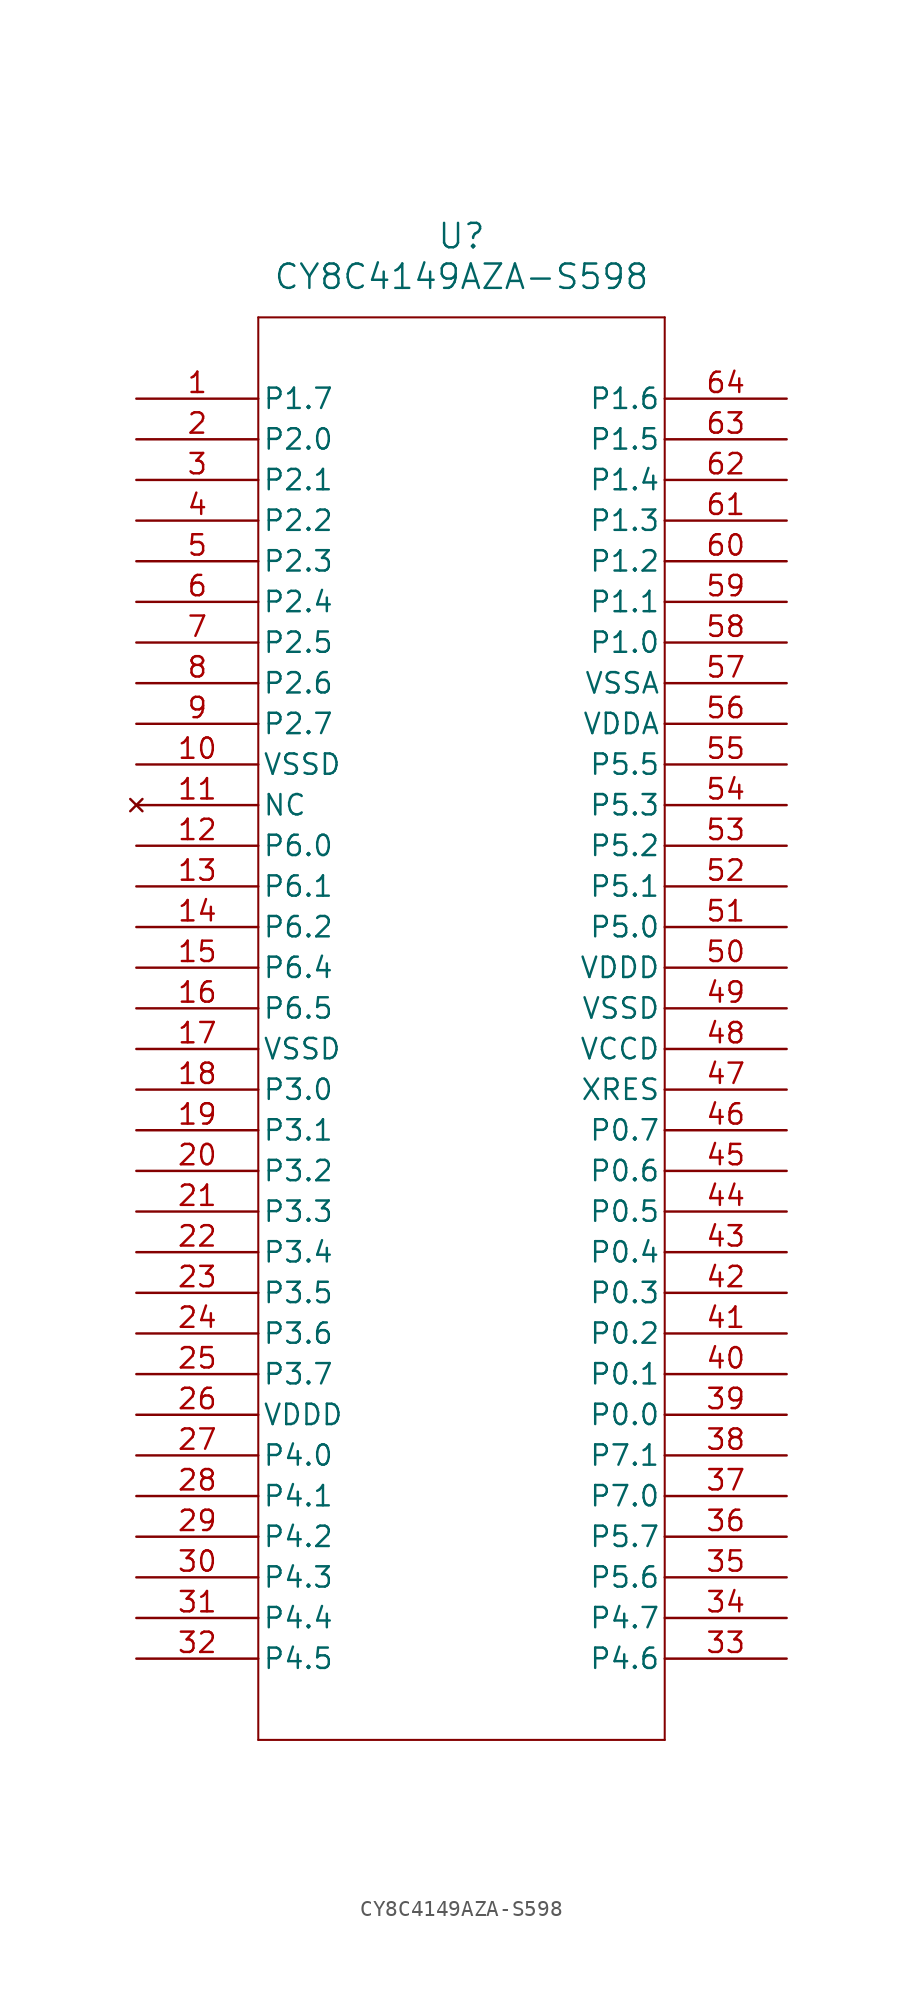
<source format=kicad_sym>
(kicad_symbol_lib
  (version 20220914)
  (generator kicad_symbol_editor)
  (symbol "CY8C4149AZA-S598"
    (pin_names
      (offset 0.254))
    (property "Reference" "U"
      (at 20.32 10.16 0)
      (effects (font (size 1.524 1.524))))
    (property "Value" "CY8C4149AZA-S598"
      (at 20.32 7.62 0)
      (effects (font (size 1.524 1.524))))
    (property "ki_locked" ""
      (at 0 0 0)
      (effects (font (size 1.27 1.27))))
    (symbol "CY8C4149AZA-S598_0_1"
      (polyline (pts (xy 7.62 -83.82) (xy 33.02 -83.82)) (stroke (width 0.127) (type default)) (fill (type none)))
      (polyline (pts (xy 7.62 5.08) (xy 7.62 -83.82)) (stroke (width 0.127) (type default)) (fill (type none)))
      (polyline (pts (xy 33.02 -83.82) (xy 33.02 5.08)) (stroke (width 0.127) (type default)) (fill (type none)))
      (polyline (pts (xy 33.02 5.08) (xy 7.62 5.08)) (stroke (width 0.127) (type default)) (fill (type none)))
      (pin bidirectional line (at 0 0 0) (length 7.62) (name "P1.7" (effects (font (size 1.27 1.27)))) (number "1" (effects (font (size 1.27 1.27)))))
      (pin power_out line (at 0 -22.86 0) (length 7.62) (name "VSSD" (effects (font (size 1.27 1.27)))) (number "10" (effects (font (size 1.27 1.27)))))
      (pin no_connect line (at 0 -25.4 0) (length 7.62) (name "NC" (effects (font (size 1.27 1.27)))) (number "11" (effects (font (size 1.27 1.27)))))
      (pin bidirectional line (at 0 -27.94 0) (length 7.62) (name "P6.0" (effects (font (size 1.27 1.27)))) (number "12" (effects (font (size 1.27 1.27)))))
      (pin bidirectional line (at 0 -30.48 0) (length 7.62) (name "P6.1" (effects (font (size 1.27 1.27)))) (number "13" (effects (font (size 1.27 1.27)))))
      (pin bidirectional line (at 0 -33.02 0) (length 7.62) (name "P6.2" (effects (font (size 1.27 1.27)))) (number "14" (effects (font (size 1.27 1.27)))))
      (pin bidirectional line (at 0 -35.56 0) (length 7.62) (name "P6.4" (effects (font (size 1.27 1.27)))) (number "15" (effects (font (size 1.27 1.27)))))
      (pin bidirectional line (at 0 -38.1 0) (length 7.62) (name "P6.5" (effects (font (size 1.27 1.27)))) (number "16" (effects (font (size 1.27 1.27)))))
      (pin power_out line (at 0 -40.64 0) (length 7.62) (name "VSSD" (effects (font (size 1.27 1.27)))) (number "17" (effects (font (size 1.27 1.27)))))
      (pin bidirectional line (at 0 -43.18 0) (length 7.62) (name "P3.0" (effects (font (size 1.27 1.27)))) (number "18" (effects (font (size 1.27 1.27)))))
      (pin bidirectional line (at 0 -45.72 0) (length 7.62) (name "P3.1" (effects (font (size 1.27 1.27)))) (number "19" (effects (font (size 1.27 1.27)))))
      (pin bidirectional line (at 0 -2.54 0) (length 7.62) (name "P2.0" (effects (font (size 1.27 1.27)))) (number "2" (effects (font (size 1.27 1.27)))))
      (pin bidirectional line (at 0 -48.26 0) (length 7.62) (name "P3.2" (effects (font (size 1.27 1.27)))) (number "20" (effects (font (size 1.27 1.27)))))
      (pin bidirectional line (at 0 -50.8 0) (length 7.62) (name "P3.3" (effects (font (size 1.27 1.27)))) (number "21" (effects (font (size 1.27 1.27)))))
      (pin bidirectional line (at 0 -53.34 0) (length 7.62) (name "P3.4" (effects (font (size 1.27 1.27)))) (number "22" (effects (font (size 1.27 1.27)))))
      (pin bidirectional line (at 0 -55.88 0) (length 7.62) (name "P3.5" (effects (font (size 1.27 1.27)))) (number "23" (effects (font (size 1.27 1.27)))))
      (pin bidirectional line (at 0 -58.42 0) (length 7.62) (name "P3.6" (effects (font (size 1.27 1.27)))) (number "24" (effects (font (size 1.27 1.27)))))
      (pin bidirectional line (at 0 -60.96 0) (length 7.62) (name "P3.7" (effects (font (size 1.27 1.27)))) (number "25" (effects (font (size 1.27 1.27)))))
      (pin power_in line (at 0 -63.5 0) (length 7.62) (name "VDDD" (effects (font (size 1.27 1.27)))) (number "26" (effects (font (size 1.27 1.27)))))
      (pin bidirectional line (at 0 -66.04 0) (length 7.62) (name "P4.0" (effects (font (size 1.27 1.27)))) (number "27" (effects (font (size 1.27 1.27)))))
      (pin bidirectional line (at 0 -68.58 0) (length 7.62) (name "P4.1" (effects (font (size 1.27 1.27)))) (number "28" (effects (font (size 1.27 1.27)))))
      (pin bidirectional line (at 0 -71.12 0) (length 7.62) (name "P4.2" (effects (font (size 1.27 1.27)))) (number "29" (effects (font (size 1.27 1.27)))))
      (pin bidirectional line (at 0 -5.08 0) (length 7.62) (name "P2.1" (effects (font (size 1.27 1.27)))) (number "3" (effects (font (size 1.27 1.27)))))
      (pin bidirectional line (at 0 -73.66 0) (length 7.62) (name "P4.3" (effects (font (size 1.27 1.27)))) (number "30" (effects (font (size 1.27 1.27)))))
      (pin bidirectional line (at 0 -76.2 0) (length 7.62) (name "P4.4" (effects (font (size 1.27 1.27)))) (number "31" (effects (font (size 1.27 1.27)))))
      (pin bidirectional line (at 0 -78.74 0) (length 7.62) (name "P4.5" (effects (font (size 1.27 1.27)))) (number "32" (effects (font (size 1.27 1.27)))))
      (pin bidirectional line (at 40.64 -78.74 180) (length 7.62) (name "P4.6" (effects (font (size 1.27 1.27)))) (number "33" (effects (font (size 1.27 1.27)))))
      (pin bidirectional line (at 40.64 -76.2 180) (length 7.62) (name "P4.7" (effects (font (size 1.27 1.27)))) (number "34" (effects (font (size 1.27 1.27)))))
      (pin bidirectional line (at 40.64 -73.66 180) (length 7.62) (name "P5.6" (effects (font (size 1.27 1.27)))) (number "35" (effects (font (size 1.27 1.27)))))
      (pin bidirectional line (at 40.64 -71.12 180) (length 7.62) (name "P5.7" (effects (font (size 1.27 1.27)))) (number "36" (effects (font (size 1.27 1.27)))))
      (pin bidirectional line (at 40.64 -68.58 180) (length 7.62) (name "P7.0" (effects (font (size 1.27 1.27)))) (number "37" (effects (font (size 1.27 1.27)))))
      (pin bidirectional line (at 40.64 -66.04 180) (length 7.62) (name "P7.1" (effects (font (size 1.27 1.27)))) (number "38" (effects (font (size 1.27 1.27)))))
      (pin bidirectional line (at 40.64 -63.5 180) (length 7.62) (name "P0.0" (effects (font (size 1.27 1.27)))) (number "39" (effects (font (size 1.27 1.27)))))
      (pin bidirectional line (at 0 -7.62 0) (length 7.62) (name "P2.2" (effects (font (size 1.27 1.27)))) (number "4" (effects (font (size 1.27 1.27)))))
      (pin bidirectional line (at 40.64 -60.96 180) (length 7.62) (name "P0.1" (effects (font (size 1.27 1.27)))) (number "40" (effects (font (size 1.27 1.27)))))
      (pin bidirectional line (at 40.64 -58.42 180) (length 7.62) (name "P0.2" (effects (font (size 1.27 1.27)))) (number "41" (effects (font (size 1.27 1.27)))))
      (pin bidirectional line (at 40.64 -55.88 180) (length 7.62) (name "P0.3" (effects (font (size 1.27 1.27)))) (number "42" (effects (font (size 1.27 1.27)))))
      (pin bidirectional line (at 40.64 -53.34 180) (length 7.62) (name "P0.4" (effects (font (size 1.27 1.27)))) (number "43" (effects (font (size 1.27 1.27)))))
      (pin bidirectional line (at 40.64 -50.8 180) (length 7.62) (name "P0.5" (effects (font (size 1.27 1.27)))) (number "44" (effects (font (size 1.27 1.27)))))
      (pin bidirectional line (at 40.64 -48.26 180) (length 7.62) (name "P0.6" (effects (font (size 1.27 1.27)))) (number "45" (effects (font (size 1.27 1.27)))))
      (pin bidirectional line (at 40.64 -45.72 180) (length 7.62) (name "P0.7" (effects (font (size 1.27 1.27)))) (number "46" (effects (font (size 1.27 1.27)))))
      (pin unspecified line (at 40.64 -43.18 180) (length 7.62) (name "XRES" (effects (font (size 1.27 1.27)))) (number "47" (effects (font (size 1.27 1.27)))))
      (pin power_in line (at 40.64 -40.64 180) (length 7.62) (name "VCCD" (effects (font (size 1.27 1.27)))) (number "48" (effects (font (size 1.27 1.27)))))
      (pin power_out line (at 40.64 -38.1 180) (length 7.62) (name "VSSD" (effects (font (size 1.27 1.27)))) (number "49" (effects (font (size 1.27 1.27)))))
      (pin bidirectional line (at 0 -10.16 0) (length 7.62) (name "P2.3" (effects (font (size 1.27 1.27)))) (number "5" (effects (font (size 1.27 1.27)))))
      (pin power_in line (at 40.64 -35.56 180) (length 7.62) (name "VDDD" (effects (font (size 1.27 1.27)))) (number "50" (effects (font (size 1.27 1.27)))))
      (pin bidirectional line (at 40.64 -33.02 180) (length 7.62) (name "P5.0" (effects (font (size 1.27 1.27)))) (number "51" (effects (font (size 1.27 1.27)))))
      (pin bidirectional line (at 40.64 -30.48 180) (length 7.62) (name "P5.1" (effects (font (size 1.27 1.27)))) (number "52" (effects (font (size 1.27 1.27)))))
      (pin bidirectional line (at 40.64 -27.94 180) (length 7.62) (name "P5.2" (effects (font (size 1.27 1.27)))) (number "53" (effects (font (size 1.27 1.27)))))
      (pin bidirectional line (at 40.64 -25.4 180) (length 7.62) (name "P5.3" (effects (font (size 1.27 1.27)))) (number "54" (effects (font (size 1.27 1.27)))))
      (pin bidirectional line (at 40.64 -22.86 180) (length 7.62) (name "P5.5" (effects (font (size 1.27 1.27)))) (number "55" (effects (font (size 1.27 1.27)))))
      (pin power_in line (at 40.64 -20.32 180) (length 7.62) (name "VDDA" (effects (font (size 1.27 1.27)))) (number "56" (effects (font (size 1.27 1.27)))))
      (pin power_out line (at 40.64 -17.78 180) (length 7.62) (name "VSSA" (effects (font (size 1.27 1.27)))) (number "57" (effects (font (size 1.27 1.27)))))
      (pin bidirectional line (at 40.64 -15.24 180) (length 7.62) (name "P1.0" (effects (font (size 1.27 1.27)))) (number "58" (effects (font (size 1.27 1.27)))))
      (pin bidirectional line (at 40.64 -12.7 180) (length 7.62) (name "P1.1" (effects (font (size 1.27 1.27)))) (number "59" (effects (font (size 1.27 1.27)))))
      (pin bidirectional line (at 0 -12.7 0) (length 7.62) (name "P2.4" (effects (font (size 1.27 1.27)))) (number "6" (effects (font (size 1.27 1.27)))))
      (pin bidirectional line (at 40.64 -10.16 180) (length 7.62) (name "P1.2" (effects (font (size 1.27 1.27)))) (number "60" (effects (font (size 1.27 1.27)))))
      (pin bidirectional line (at 40.64 -7.62 180) (length 7.62) (name "P1.3" (effects (font (size 1.27 1.27)))) (number "61" (effects (font (size 1.27 1.27)))))
      (pin bidirectional line (at 40.64 -5.08 180) (length 7.62) (name "P1.4" (effects (font (size 1.27 1.27)))) (number "62" (effects (font (size 1.27 1.27)))))
      (pin bidirectional line (at 40.64 -2.54 180) (length 7.62) (name "P1.5" (effects (font (size 1.27 1.27)))) (number "63" (effects (font (size 1.27 1.27)))))
      (pin bidirectional line (at 40.64 0 180) (length 7.62) (name "P1.6" (effects (font (size 1.27 1.27)))) (number "64" (effects (font (size 1.27 1.27)))))
      (pin bidirectional line (at 0 -15.24 0) (length 7.62) (name "P2.5" (effects (font (size 1.27 1.27)))) (number "7" (effects (font (size 1.27 1.27)))))
      (pin bidirectional line (at 0 -17.78 0) (length 7.62) (name "P2.6" (effects (font (size 1.27 1.27)))) (number "8" (effects (font (size 1.27 1.27)))))
      (pin bidirectional line (at 0 -20.32 0) (length 7.62) (name "P2.7" (effects (font (size 1.27 1.27)))) (number "9" (effects (font (size 1.27 1.27))))))))
</source>
